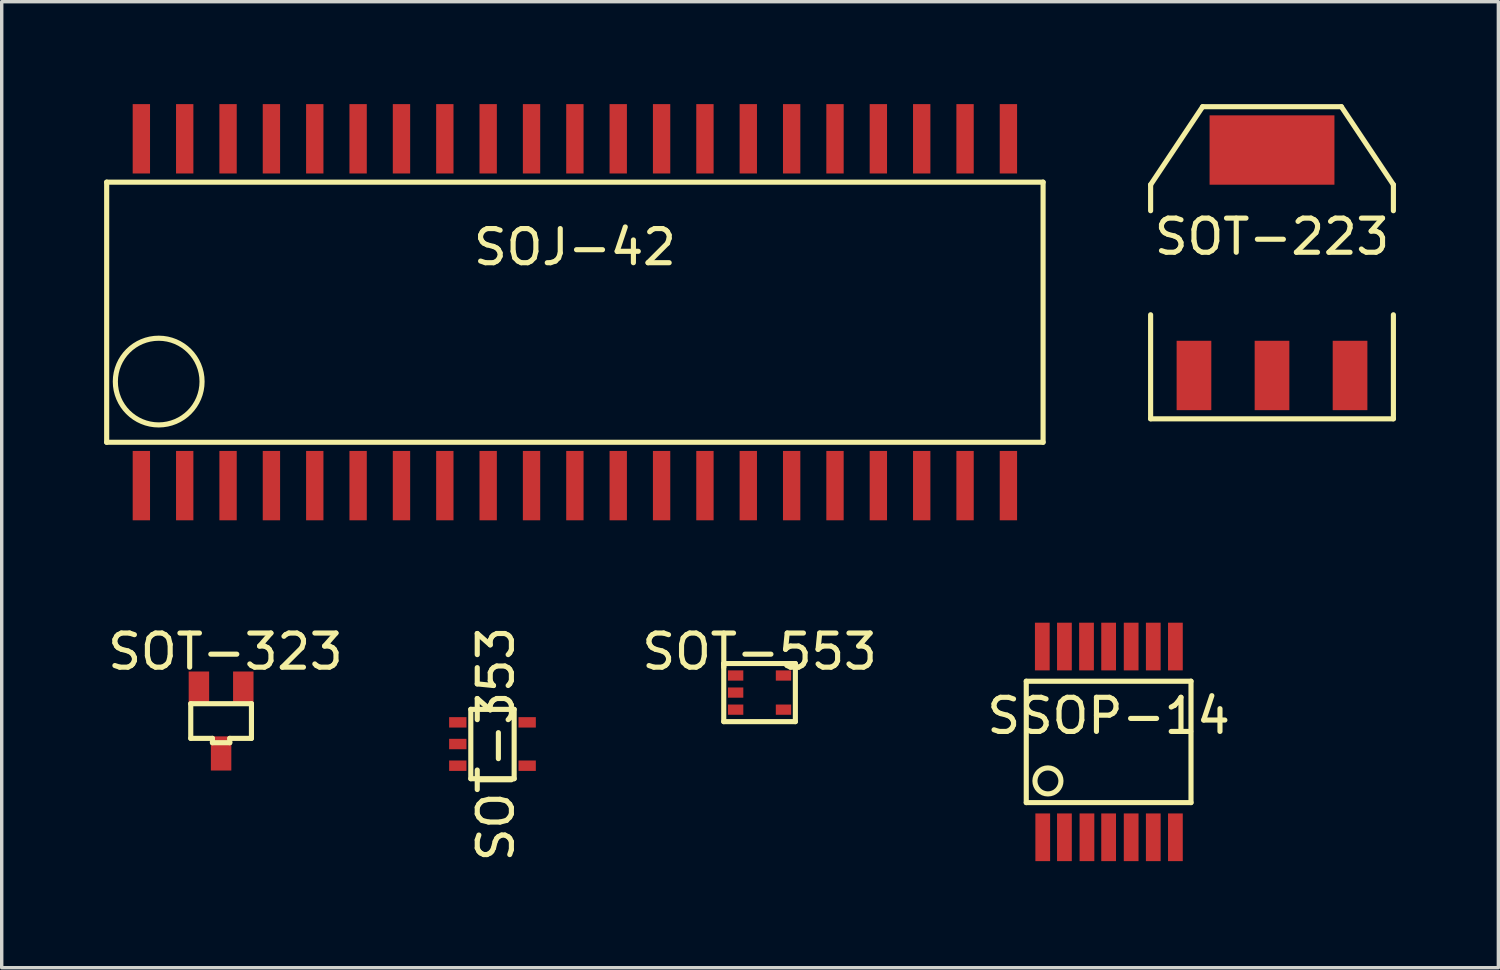
<source format=kicad_pcb>
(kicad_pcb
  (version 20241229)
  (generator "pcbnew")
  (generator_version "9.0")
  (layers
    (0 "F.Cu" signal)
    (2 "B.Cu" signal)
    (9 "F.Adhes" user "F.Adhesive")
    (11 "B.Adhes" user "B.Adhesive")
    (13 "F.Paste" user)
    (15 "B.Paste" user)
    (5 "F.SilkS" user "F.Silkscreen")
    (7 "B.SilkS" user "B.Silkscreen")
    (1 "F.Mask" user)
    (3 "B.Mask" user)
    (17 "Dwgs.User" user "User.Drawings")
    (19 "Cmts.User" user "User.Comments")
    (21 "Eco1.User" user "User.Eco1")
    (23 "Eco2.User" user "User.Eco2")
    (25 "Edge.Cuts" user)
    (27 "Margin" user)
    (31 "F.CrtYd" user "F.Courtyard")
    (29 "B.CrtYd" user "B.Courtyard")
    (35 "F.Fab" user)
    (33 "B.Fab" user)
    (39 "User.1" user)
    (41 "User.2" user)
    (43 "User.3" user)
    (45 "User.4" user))
  (footprint "SOJ-42"
    (layer "F.Cu")
    (at 13.791 6.096)
    (property "Reference" "SOJ-42" (at 0 -1.905 0) (layer "F.SilkS") (effects (font (size 1 1) (thickness 0.15))))
    (attr smd)
    (fp_line (start -13.716 -3.81) (end 13.716 -3.81) (stroke (width 0.15) (type solid)) (layer "F.SilkS"))
    (fp_line (start -13.716 3.81) (end -13.716 -3.81) (stroke (width 0.15) (type solid)) (layer "F.SilkS"))
    (fp_line (start 13.716 3.81) (end -13.716 3.81) (stroke (width 0.15) (type solid)) (layer "F.SilkS"))
    (fp_line (start 13.716 3.81) (end 13.716 -3.81) (stroke (width 0.15) (type solid)) (layer "F.SilkS"))
    (fp_circle (center -12.192 2.032) (end -12.192 0.762) (stroke (width 0.15) (type solid)) (fill no) (layer "F.SilkS"))
    (pad "1" smd rect (at -12.7 5.08) (size 0.508 2.032) (layers "F.Cu" "F.Mask" "F.Paste"))
    (pad "2" smd rect (at -11.43 5.08) (size 0.508 2.032) (layers "F.Cu" "F.Mask" "F.Paste"))
    (pad "3" smd rect (at -10.16 5.08) (size 0.508 2.032) (layers "F.Cu" "F.Mask" "F.Paste"))
    (pad "4" smd rect (at -8.89 5.08) (size 0.508 2.032) (layers "F.Cu" "F.Mask" "F.Paste"))
    (pad "5" smd rect (at -7.62 5.08) (size 0.508 2.032) (layers "F.Cu" "F.Mask" "F.Paste"))
    (pad "6" smd rect (at -6.35 5.08) (size 0.508 2.032) (layers "F.Cu" "F.Mask" "F.Paste"))
    (pad "7" smd rect (at -5.08 5.08) (size 0.508 2.032) (layers "F.Cu" "F.Mask" "F.Paste"))
    (pad "8" smd rect (at -3.81 5.08) (size 0.508 2.032) (layers "F.Cu" "F.Mask" "F.Paste"))
    (pad "9" smd rect (at -2.54 5.08) (size 0.508 2.032) (layers "F.Cu" "F.Mask" "F.Paste"))
    (pad "10" smd rect (at -1.27 5.08) (size 0.508 2.032) (layers "F.Cu" "F.Mask" "F.Paste"))
    (pad "11" smd rect (at 0 5.08) (size 0.508 2.032) (layers "F.Cu" "F.Mask" "F.Paste"))
    (pad "12" smd rect (at 1.27 5.08) (size 0.508 2.032) (layers "F.Cu" "F.Mask" "F.Paste"))
    (pad "13" smd rect (at 2.54 5.08) (size 0.508 2.032) (layers "F.Cu" "F.Mask" "F.Paste"))
    (pad "14" smd rect (at 3.81 5.08) (size 0.508 2.032) (layers "F.Cu" "F.Mask" "F.Paste"))
    (pad "15" smd rect (at 5.08 5.08) (size 0.508 2.032) (layers "F.Cu" "F.Mask" "F.Paste"))
    (pad "16" smd rect (at 6.35 5.08) (size 0.508 2.032) (layers "F.Cu" "F.Mask" "F.Paste"))
    (pad "17" smd rect (at 7.62 5.08) (size 0.508 2.032) (layers "F.Cu" "F.Mask" "F.Paste"))
    (pad "18" smd rect (at 8.89 5.08) (size 0.508 2.032) (layers "F.Cu" "F.Mask" "F.Paste"))
    (pad "19" smd rect (at 10.16 5.08) (size 0.508 2.032) (layers "F.Cu" "F.Mask" "F.Paste"))
    (pad "20" smd rect (at 11.43 5.08) (size 0.508 2.032) (layers "F.Cu" "F.Mask" "F.Paste"))
    (pad "21" smd rect (at 12.7 5.08) (size 0.508 2.032) (layers "F.Cu" "F.Mask" "F.Paste"))
    (pad "22" smd rect (at 12.7 -5.08) (size 0.508 2.032) (layers "F.Cu" "F.Mask" "F.Paste"))
    (pad "23" smd rect (at 11.43 -5.08) (size 0.508 2.032) (layers "F.Cu" "F.Mask" "F.Paste"))
    (pad "24" smd rect (at 10.16 -5.08) (size 0.508 2.032) (layers "F.Cu" "F.Mask" "F.Paste"))
    (pad "25" smd rect (at 8.89 -5.08) (size 0.508 2.032) (layers "F.Cu" "F.Mask" "F.Paste"))
    (pad "26" smd rect (at 7.62 -5.08) (size 0.508 2.032) (layers "F.Cu" "F.Mask" "F.Paste"))
    (pad "27" smd rect (at 6.35 -5.08) (size 0.508 2.032) (layers "F.Cu" "F.Mask" "F.Paste"))
    (pad "28" smd rect (at 5.08 -5.08) (size 0.508 2.032) (layers "F.Cu" "F.Mask" "F.Paste"))
    (pad "29" smd rect (at 3.81 -5.08) (size 0.508 2.032) (layers "F.Cu" "F.Mask" "F.Paste"))
    (pad "30" smd rect (at 2.54 -5.08) (size 0.508 2.032) (layers "F.Cu" "F.Mask" "F.Paste"))
    (pad "31" smd rect (at 1.27 -5.08) (size 0.508 2.032) (layers "F.Cu" "F.Mask" "F.Paste"))
    (pad "32" smd rect (at 0 -5.08) (size 0.508 2.032) (layers "F.Cu" "F.Mask" "F.Paste"))
    (pad "33" smd rect (at -1.27 -5.08) (size 0.508 2.032) (layers "F.Cu" "F.Mask" "F.Paste"))
    (pad "34" smd rect (at -2.54 -5.08) (size 0.508 2.032) (layers "F.Cu" "F.Mask" "F.Paste"))
    (pad "35" smd rect (at -3.81 -5.08) (size 0.508 2.032) (layers "F.Cu" "F.Mask" "F.Paste"))
    (pad "36" smd rect (at -5.08 -5.08) (size 0.508 2.032) (layers "F.Cu" "F.Mask" "F.Paste"))
    (pad "37" smd rect (at -6.35 -5.08) (size 0.508 2.032) (layers "F.Cu" "F.Mask" "F.Paste"))
    (pad "38" smd rect (at -7.62 -5.08) (size 0.508 2.032) (layers "F.Cu" "F.Mask" "F.Paste"))
    (pad "39" smd rect (at -8.89 -5.08) (size 0.508 2.032) (layers "F.Cu" "F.Mask" "F.Paste"))
    (pad "40" smd rect (at -10.16 -5.08) (size 0.508 2.032) (layers "F.Cu" "F.Mask" "F.Paste"))
    (pad "41" smd rect (at -11.43 -5.08) (size 0.508 2.032) (layers "F.Cu" "F.Mask" "F.Paste"))
    (pad "42" smd rect (at -12.7 -5.08) (size 0.508 2.032) (layers "F.Cu" "F.Mask" "F.Paste")))
  (footprint "SSOP-14"
    (layer "F.Cu")
    (at 29.427 18.684)
    (property "Reference" "SSOP-14" (at 0 -0.762 0) (layer "F.SilkS") (effects (font (size 1 1) (thickness 0.15))))
    (attr smd)
    (fp_line (start -2.413 -1.778) (end 2.413 -1.778) (stroke (width 0.15) (type solid)) (layer "F.SilkS"))
    (fp_line (start -2.413 1.778) (end -2.413 -1.778) (stroke (width 0.15) (type solid)) (layer "F.SilkS"))
    (fp_line (start 2.413 -1.778) (end 2.413 1.778) (stroke (width 0.15) (type solid)) (layer "F.SilkS"))
    (fp_line (start 2.413 1.778) (end -2.413 1.778) (stroke (width 0.15) (type solid)) (layer "F.SilkS"))
    (fp_circle (center -1.778 1.143) (end -2.159 1.143) (stroke (width 0.15) (type solid)) (fill no) (layer "F.SilkS"))
    (pad "1" smd rect (at -1.93 2.794) (size 0.432 1.397) (layers "F.Cu" "F.Mask" "F.Paste"))
    (pad "2" smd rect (at -1.295 2.794) (size 0.432 1.397) (layers "F.Cu" "F.Mask" "F.Paste"))
    (pad "3" smd rect (at -0.635 2.794) (size 0.432 1.397) (layers "F.Cu" "F.Mask" "F.Paste"))
    (pad "4" smd rect (at 0 2.794) (size 0.432 1.397) (layers "F.Cu" "F.Mask" "F.Paste"))
    (pad "5" smd rect (at 0.66 2.794) (size 0.432 1.397) (layers "F.Cu" "F.Mask" "F.Paste"))
    (pad "6" smd rect (at 1.308 2.794) (size 0.432 1.397) (layers "F.Cu" "F.Mask" "F.Paste"))
    (pad "7" smd rect (at 1.956 2.794) (size 0.432 1.397) (layers "F.Cu" "F.Mask" "F.Paste"))
    (pad "8" smd rect (at 1.956 -2.794) (size 0.432 1.397) (layers "F.Cu" "F.Mask" "F.Paste"))
    (pad "9" smd rect (at 1.308 -2.794) (size 0.432 1.397) (layers "F.Cu" "F.Mask" "F.Paste"))
    (pad "10" smd rect (at 0.66 -2.794) (size 0.432 1.397) (layers "F.Cu" "F.Mask" "F.Paste"))
    (pad "11" smd rect (at 0 -2.794) (size 0.432 1.397) (layers "F.Cu" "F.Mask" "F.Paste"))
    (pad "12" smd rect (at -0.648 -2.794) (size 0.432 1.397) (layers "F.Cu" "F.Mask" "F.Paste"))
    (pad "13" smd rect (at -1.295 -2.794) (size 0.432 1.397) (layers "F.Cu" "F.Mask" "F.Paste"))
    (pad "14" smd rect (at -1.943 -2.794) (size 0.432 1.397) (layers "F.Cu" "F.Mask" "F.Paste")))
  (footprint "SOT-553"
    (layer "F.Cu")
    (at 19.201 17.239)
    (property "Reference" "SOT-553" (at 0 -1.199 0) (layer "F.SilkS") (effects (font (size 1 1) (thickness 0.15))))
    (attr smd)
    (fp_line (start -1.049 -0.851) (end 1.049 -0.851) (stroke (width 0.15) (type solid)) (layer "F.SilkS"))
    (fp_line (start -1.049 0.851) (end -1.049 -0.851) (stroke (width 0.15) (type solid)) (layer "F.SilkS"))
    (fp_line (start 1.049 -0.851) (end 1.049 0.851) (stroke (width 0.15) (type solid)) (layer "F.SilkS"))
    (fp_line (start 1.049 0.851) (end -1.049 0.851) (stroke (width 0.15) (type solid)) (layer "F.SilkS"))
    (pad "1" smd rect (at -0.701 -0.5) (size 0.45 0.3) (layers "F.Cu" "F.Mask" "F.Paste"))
    (pad "2" smd rect (at -0.701 0) (size 0.45 0.3) (layers "F.Cu" "F.Mask" "F.Paste"))
    (pad "3" smd rect (at -0.701 0.5) (size 0.45 0.3) (layers "F.Cu" "F.Mask" "F.Paste"))
    (pad "4" smd rect (at 0.701 0.5) (size 0.45 0.3) (layers "F.Cu" "F.Mask" "F.Paste"))
    (pad "5" smd rect (at 0.701 -0.5) (size 0.45 0.3) (layers "F.Cu" "F.Mask" "F.Paste")))
  (footprint "SOT-353"
    (layer "F.Cu")
    (at 11.377 18.746)
    (property "Reference" "SOT-353" (at 0.099 0 90) (layer "F.SilkS") (effects (font (size 1 1) (thickness 0.15))))
    (attr smd)
    (fp_line (start -0.635 -1.016) (end -0.635 1.016) (stroke (width 0.15) (type solid)) (layer "F.SilkS"))
    (fp_line (start -0.635 1.016) (end 0.635 1.016) (stroke (width 0.15) (type solid)) (layer "F.SilkS"))
    (fp_line (start 0.635 -1.016) (end -0.635 -1.016) (stroke (width 0.15) (type solid)) (layer "F.SilkS"))
    (fp_line (start 0.635 1.016) (end 0.635 -1.016) (stroke (width 0.15) (type solid)) (layer "F.SilkS"))
    (pad "1" smd rect (at -1.016 -0.635) (size 0.508 0.305) (layers "F.Cu" "F.Mask" "F.Paste"))
    (pad "2" smd rect (at -1.016 0) (size 0.508 0.305) (layers "F.Cu" "F.Mask" "F.Paste"))
    (pad "3" smd rect (at -1.016 0.635) (size 0.508 0.305) (layers "F.Cu" "F.Mask" "F.Paste"))
    (pad "4" smd rect (at 1.016 0.635) (size 0.508 0.305) (layers "F.Cu" "F.Mask" "F.Paste"))
    (pad "5" smd rect (at 1.016 -0.635) (size 0.508 0.305) (layers "F.Cu" "F.Mask" "F.Paste")))
  (footprint "SOT-323"
    (layer "F.Cu")
    (at 3.427 18.072)
    (property "Reference" "SOT-323" (at 0.127 -2.032 0) (layer "F.SilkS") (effects (font (size 1 1) (thickness 0.15))))
    (attr smd)
    (fp_line (start -0.889 -0.508) (end -0.889 0.508) (stroke (width 0.15) (type solid)) (layer "F.SilkS"))
    (fp_line (start -0.889 0.508) (end -0.254 0.508) (stroke (width 0.15) (type solid)) (layer "F.SilkS"))
    (fp_line (start -0.254 0.508) (end -0.254 0.635) (stroke (width 0.15) (type solid)) (layer "F.SilkS"))
    (fp_line (start -0.254 0.635) (end 0.254 0.635) (stroke (width 0.15) (type solid)) (layer "F.SilkS"))
    (fp_line (start 0.254 0.508) (end 0.889 0.508) (stroke (width 0.15) (type solid)) (layer "F.SilkS"))
    (fp_line (start 0.254 0.635) (end 0.254 0.508) (stroke (width 0.15) (type solid)) (layer "F.SilkS"))
    (fp_line (start 0.889 -0.508) (end -0.889 -0.508) (stroke (width 0.15) (type solid)) (layer "F.SilkS"))
    (fp_line (start 0.889 0.508) (end 0.889 -0.508) (stroke (width 0.15) (type solid)) (layer "F.SilkS"))
    (pad "1" smd rect (at 0.65 -0.95) (size 0.599 1.001) (layers "F.Cu" "F.Mask" "F.Paste"))
    (pad "2" smd rect (at -0.65 -0.95) (size 0.599 1.001) (layers "F.Cu" "F.Mask" "F.Paste"))
    (pad "3" smd rect (at 0 0.95) (size 0.599 1.001) (layers "F.Cu" "F.Mask" "F.Paste")))
  (footprint "SOT-223"
    (layer "F.Cu")
    (at 34.213 4.647)
    (property "Reference" "SOT-223" (at 0 -0.762 0) (layer "F.SilkS") (effects (font (size 1 1) (thickness 0.15))))
    (attr smd)
    (fp_line (start -3.556 -2.286) (end -2.032 -4.572) (stroke (width 0.15) (type solid)) (layer "F.SilkS"))
    (fp_line (start -3.556 -1.524) (end -3.556 -2.286) (stroke (width 0.15) (type solid)) (layer "F.SilkS"))
    (fp_line (start -3.556 1.524) (end -3.556 4.572) (stroke (width 0.15) (type solid)) (layer "F.SilkS"))
    (fp_line (start -3.556 4.572) (end 3.556 4.572) (stroke (width 0.15) (type solid)) (layer "F.SilkS"))
    (fp_line (start -2.032 -4.572) (end 2.032 -4.572) (stroke (width 0.15) (type solid)) (layer "F.SilkS"))
    (fp_line (start 2.032 -4.572) (end 3.556 -2.286) (stroke (width 0.15) (type solid)) (layer "F.SilkS"))
    (fp_line (start 3.556 -2.286) (end 3.556 -1.524) (stroke (width 0.15) (type solid)) (layer "F.SilkS"))
    (fp_line (start 3.556 4.572) (end 3.556 1.524) (stroke (width 0.15) (type solid)) (layer "F.SilkS"))
    (pad "1" smd rect (at -2.286 3.302) (size 1.016 2.032) (layers "F.Cu" "F.Mask" "F.Paste"))
    (pad "2" smd rect (at 0 3.302) (size 1.016 2.032) (layers "F.Cu" "F.Mask" "F.Paste"))
    (pad "3" smd rect (at 2.286 3.302) (size 1.016 2.032) (layers "F.Cu" "F.Mask" "F.Paste"))
    (pad "4" smd rect (at 0 -3.302) (size 3.658 2.032) (layers "F.Cu" "F.Mask" "F.Paste")))
  (gr_rect
    (start -3 -3)
    (end 40.844 25.299)
    (stroke (width 0.1) (type default))
    (fill no)
    (layer "Edge.Cuts")))
</source>
